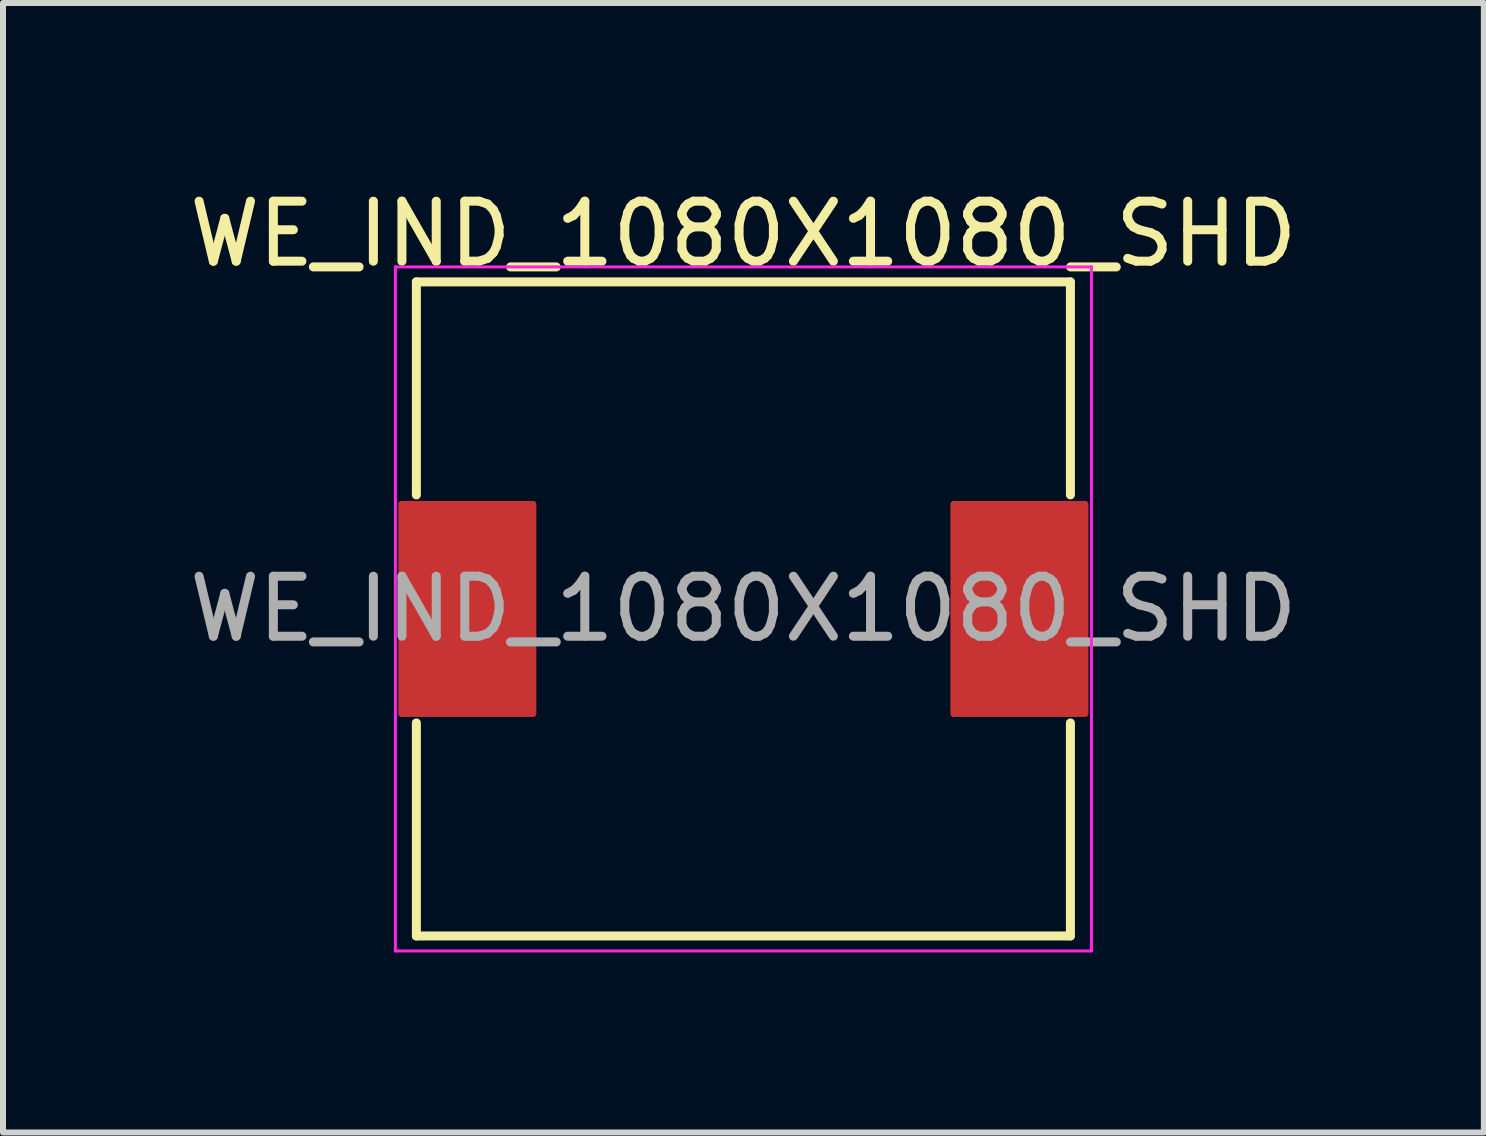
<source format=kicad_pcb>
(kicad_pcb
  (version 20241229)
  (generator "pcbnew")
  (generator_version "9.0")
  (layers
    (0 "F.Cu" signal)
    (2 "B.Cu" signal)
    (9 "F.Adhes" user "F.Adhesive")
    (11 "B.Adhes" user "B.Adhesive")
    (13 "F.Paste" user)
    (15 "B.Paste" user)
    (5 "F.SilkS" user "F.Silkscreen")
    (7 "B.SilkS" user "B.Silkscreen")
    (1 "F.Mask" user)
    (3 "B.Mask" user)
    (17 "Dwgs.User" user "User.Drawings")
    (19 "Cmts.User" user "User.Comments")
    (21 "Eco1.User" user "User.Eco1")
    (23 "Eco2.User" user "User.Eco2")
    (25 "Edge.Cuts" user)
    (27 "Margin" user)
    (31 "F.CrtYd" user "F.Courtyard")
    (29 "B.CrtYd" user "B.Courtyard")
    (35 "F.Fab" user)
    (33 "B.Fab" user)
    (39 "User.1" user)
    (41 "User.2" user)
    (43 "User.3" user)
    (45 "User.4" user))
  (footprint "WE_IND_1080X1080_SHD"
    (layer "F.Cu")
    (at 9.339 7.098)
    (property "Reference" "WE_IND_1080X1080_SHD" (at 0 -6.25 180) (layer "F.SilkS") (effects (font (size 1 1) (thickness 0.15))))
    (attr smd)
    (fp_line (start -5.45 -5.45) (end 5.45 -5.45) (stroke (width 0.15) (type solid)) (layer "F.SilkS"))
    (fp_line (start -5.45 -1.9) (end -5.45 -5.45) (stroke (width 0.15) (type solid)) (layer "F.SilkS"))
    (fp_line (start -5.45 5.45) (end -5.45 1.9) (stroke (width 0.15) (type solid)) (layer "F.SilkS"))
    (fp_line (start 5.45 -5.45) (end 5.45 -1.9) (stroke (width 0.15) (type solid)) (layer "F.SilkS"))
    (fp_line (start 5.45 1.9) (end 5.45 5.45) (stroke (width 0.15) (type solid)) (layer "F.SilkS"))
    (fp_line (start 5.45 5.45) (end -5.45 5.45) (stroke (width 0.15) (type solid)) (layer "F.SilkS"))
    (fp_line (start -5.8 -5.7) (end -5.8 5.7) (stroke (width 0.05) (type solid)) (layer "F.CrtYd"))
    (fp_line (start -5.8 5.7) (end 5.8 5.7) (stroke (width 0.05) (type solid)) (layer "F.CrtYd"))
    (fp_line (start 5.8 -5.7) (end -5.8 -5.7) (stroke (width 0.05) (type solid)) (layer "F.CrtYd"))
    (fp_line (start 5.8 5.7) (end 5.8 -5.7) (stroke (width 0.05) (type solid)) (layer "F.CrtYd"))
    (fp_text user "${REFERENCE}" (at 0 0 0) (unlocked yes) (layer "F.Fab") (effects (font (size 1 1) (thickness 0.15))))
    (pad "" smd roundrect (at -4.6 -1.05) (size 2.3 1.5) (layers "F.Paste") (roundrect_rratio 0.033))
    (pad "" smd roundrect (at -4.6 1.05) (size 2.3 1.5) (layers "F.Paste") (roundrect_rratio 0.033))
    (pad "" smd roundrect (at 4.6 -1.05) (size 2.3 1.5) (layers "F.Paste") (roundrect_rratio 0.033))
    (pad "" smd roundrect (at 4.6 1.05) (size 2.3 1.5) (layers "F.Paste") (roundrect_rratio 0.033))
    (pad "1" smd roundrect (at -4.6 0) (size 2.3 3.6) (layers "F.Cu" "F.Mask") (roundrect_rratio 0.022))
    (pad "2" smd roundrect (at 4.6 0) (size 2.3 3.6) (layers "F.Cu" "F.Mask") (roundrect_rratio 0.022)))
  (gr_rect
    (start -3 -3)
    (end 21.679 15.823)
    (stroke (width 0.1) (type default))
    (fill no)
    (layer "Edge.Cuts")))
</source>
